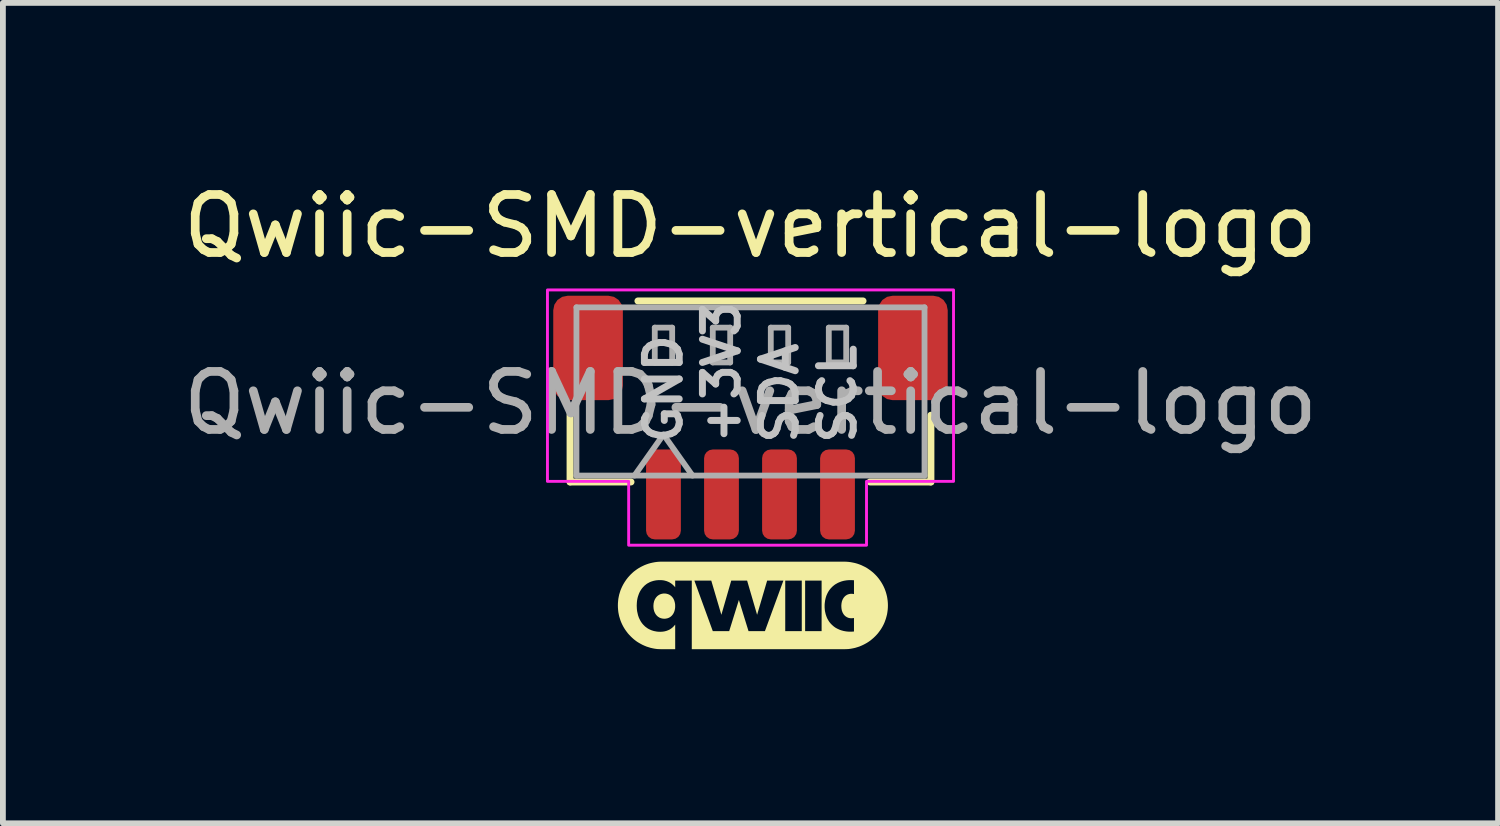
<source format=kicad_pcb>
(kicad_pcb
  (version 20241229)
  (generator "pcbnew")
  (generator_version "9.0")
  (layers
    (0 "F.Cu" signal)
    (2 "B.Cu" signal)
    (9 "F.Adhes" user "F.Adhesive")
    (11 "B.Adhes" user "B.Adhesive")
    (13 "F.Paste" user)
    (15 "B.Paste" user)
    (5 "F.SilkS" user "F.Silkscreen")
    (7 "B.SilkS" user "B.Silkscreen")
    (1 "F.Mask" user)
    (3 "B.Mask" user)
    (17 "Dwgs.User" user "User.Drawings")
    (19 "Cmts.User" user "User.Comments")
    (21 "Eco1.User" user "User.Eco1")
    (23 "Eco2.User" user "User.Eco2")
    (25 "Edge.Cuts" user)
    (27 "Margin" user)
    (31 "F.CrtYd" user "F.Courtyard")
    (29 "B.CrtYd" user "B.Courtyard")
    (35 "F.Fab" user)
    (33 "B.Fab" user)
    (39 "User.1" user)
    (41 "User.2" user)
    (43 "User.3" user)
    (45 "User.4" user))
  (footprint "Qwiic-SMD-vertical-logo"
    (layer "F.Cu")
    (at 9.887 4.148)
    (property "Reference" "Qwiic-SMD-vertical-logo" (at 0 -3.3 0) (layer "F.SilkS") (effects (font (size 1 1) (thickness 0.15))))
    (attr smd)
    (fp_line (start -3.11 -0.04) (end -3.11 1.11) (stroke (width 0.12) (type solid)) (layer "F.SilkS"))
    (fp_line (start -3.11 1.11) (end -2.06 1.11) (stroke (width 0.12) (type solid)) (layer "F.SilkS"))
    (fp_line (start -1.94 -2.01) (end 1.94 -2.01) (stroke (width 0.12) (type solid)) (layer "F.SilkS"))
    (fp_line (start 3.11 -0.04) (end 3.11 1.11) (stroke (width 0.12) (type solid)) (layer "F.SilkS"))
    (fp_line (start 3.11 1.11) (end 2.06 1.11) (stroke (width 0.12) (type solid)) (layer "F.SilkS"))
    (fp_poly (pts (xy -1.475 3.034) (xy -1.465 3.034) (xy -1.455 3.036) (xy -1.445 3.037) (xy -1.436 3.04) (xy -1.427 3.042) (xy -1.418 3.045) (xy -1.409 3.049) (xy -1.401 3.053) (xy -1.392 3.057) (xy -1.385 3.062) (xy -1.377 3.068) (xy -1.37 3.073) (xy -1.363 3.08) (xy -1.356 3.086) (xy -1.35 3.093) (xy -1.344 3.1) (xy -1.338 3.108) (xy -1.333 3.116) (xy -1.328 3.124) (xy -1.324 3.133) (xy -1.319 3.142) (xy -1.315 3.152) (xy -1.312 3.162) (xy -1.309 3.172) (xy -1.306 3.182) (xy -1.304 3.193) (xy -1.302 3.204) (xy -1.3 3.215) (xy -1.299 3.227) (xy -1.299 3.238) (xy -1.298 3.25) (xy -1.299 3.262) (xy -1.299 3.274) (xy -1.3 3.286) (xy -1.302 3.297) (xy -1.304 3.308) (xy -1.306 3.318) (xy -1.309 3.329) (xy -1.312 3.339) (xy -1.315 3.348) (xy -1.319 3.358) (xy -1.324 3.367) (xy -1.328 3.376) (xy -1.333 3.384) (xy -1.338 3.392) (xy -1.344 3.4) (xy -1.35 3.407) (xy -1.356 3.414) (xy -1.363 3.421) (xy -1.37 3.427) (xy -1.377 3.433) (xy -1.385 3.438) (xy -1.392 3.443) (xy -1.401 3.448) (xy -1.409 3.452) (xy -1.418 3.455) (xy -1.427 3.459) (xy -1.436 3.461) (xy -1.445 3.463) (xy -1.455 3.465) (xy -1.465 3.467) (xy -1.475 3.467) (xy -1.485 3.468) (xy -1.495 3.467) (xy -1.506 3.467) (xy -1.516 3.465) (xy -1.525 3.463) (xy -1.535 3.461) (xy -1.544 3.459) (xy -1.553 3.455) (xy -1.562 3.452) (xy -1.57 3.448) (xy -1.578 3.443) (xy -1.586 3.438) (xy -1.594 3.433) (xy -1.601 3.427) (xy -1.608 3.421) (xy -1.615 3.414) (xy -1.621 3.407) (xy -1.627 3.4) (xy -1.633 3.392) (xy -1.638 3.384) (xy -1.643 3.376) (xy -1.648 3.367) (xy -1.652 3.358) (xy -1.656 3.348) (xy -1.66 3.339) (xy -1.663 3.329) (xy -1.665 3.318) (xy -1.668 3.308) (xy -1.67 3.297) (xy -1.671 3.286) (xy -1.672 3.274) (xy -1.673 3.262) (xy -1.673 3.25) (xy -1.673 3.238) (xy -1.672 3.227) (xy -1.671 3.215) (xy -1.67 3.204) (xy -1.668 3.193) (xy -1.665 3.183) (xy -1.663 3.172) (xy -1.66 3.162) (xy -1.656 3.152) (xy -1.652 3.143) (xy -1.648 3.134) (xy -1.643 3.125) (xy -1.638 3.117) (xy -1.633 3.109) (xy -1.627 3.101) (xy -1.621 3.094) (xy -1.615 3.087) (xy -1.608 3.08) (xy -1.601 3.074) (xy -1.594 3.068) (xy -1.586 3.063) (xy -1.578 3.058) (xy -1.57 3.053) (xy -1.562 3.049) (xy -1.553 3.046) (xy -1.544 3.042) (xy -1.535 3.04) (xy -1.525 3.037) (xy -1.516 3.036) (xy -1.506 3.034) (xy -1.495 3.034) (xy -1.485 3.033)) (stroke (width -0.000001) (type solid)) (fill yes) (layer "F.SilkS"))
    (fp_poly (pts (xy 1.653 2.485) (xy 1.691 2.488) (xy 1.729 2.493) (xy 1.766 2.5) (xy 1.803 2.508) (xy 1.839 2.518) (xy 1.874 2.53) (xy 1.908 2.543) (xy 1.941 2.559) (xy 1.974 2.575) (xy 2.006 2.593) (xy 2.036 2.613) (xy 2.066 2.634) (xy 2.094 2.656) (xy 2.122 2.68) (xy 2.148 2.705) (xy 2.173 2.731) (xy 2.197 2.759) (xy 2.219 2.787) (xy 2.24 2.817) (xy 2.26 2.848) (xy 2.278 2.879) (xy 2.295 2.912) (xy 2.31 2.945) (xy 2.323 2.979) (xy 2.335 3.014) (xy 2.345 3.05) (xy 2.354 3.087) (xy 2.36 3.124) (xy 2.365 3.162) (xy 2.368 3.2) (xy 2.369 3.239) (xy 2.369 3.239) (xy 2.368 3.278) (xy 2.365 3.316) (xy 2.36 3.354) (xy 2.354 3.391) (xy 2.345 3.427) (xy 2.335 3.463) (xy 2.323 3.498) (xy 2.31 3.533) (xy 2.295 3.566) (xy 2.278 3.599) (xy 2.26 3.63) (xy 2.24 3.661) (xy 2.219 3.69) (xy 2.197 3.719) (xy 2.173 3.746) (xy 2.148 3.772) (xy 2.122 3.797) (xy 2.094 3.821) (xy 2.066 3.844) (xy 2.036 3.865) (xy 2.006 3.884) (xy 1.974 3.902) (xy 1.941 3.919) (xy 1.908 3.934) (xy 1.874 3.948) (xy 1.839 3.959) (xy 1.803 3.97) (xy 1.766 3.978) (xy 1.729 3.985) (xy 1.691 3.99) (xy 1.653 3.992) (xy 1.614 3.993) (xy -1.012 3.993) (xy -1.012 2.811) (xy -0.967 2.811) (xy -0.65 3.681) (xy -0.367 3.681) (xy -0.2 3.144) (xy -0.034 3.681) (xy 0.249 3.681) (xy 0.599 3.681) (xy 0.884 3.681) (xy 0.942 3.681) (xy 1.226 3.681) (xy 1.226 3.25) (xy 1.278 3.25) (xy 1.278 3.275) (xy 1.28 3.299) (xy 1.282 3.323) (xy 1.286 3.346) (xy 1.291 3.368) (xy 1.296 3.39) (xy 1.303 3.411) (xy 1.31 3.431) (xy 1.318 3.451) (xy 1.327 3.47) (xy 1.338 3.489) (xy 1.348 3.506) (xy 1.36 3.524) (xy 1.373 3.54) (xy 1.386 3.555) (xy 1.401 3.57) (xy 1.416 3.584) (xy 1.432 3.598) (xy 1.448 3.61) (xy 1.465 3.622) (xy 1.483 3.632) (xy 1.502 3.642) (xy 1.522 3.651) (xy 1.542 3.66) (xy 1.563 3.667) (xy 1.584 3.673) (xy 1.606 3.679) (xy 1.629 3.683) (xy 1.652 3.687) (xy 1.676 3.689) (xy 1.7 3.691) (xy 1.725 3.691) (xy 1.732 3.691) (xy 1.74 3.691) (xy 1.747 3.691) (xy 1.755 3.69) (xy 1.762 3.69) (xy 1.769 3.689) (xy 1.784 3.688) (xy 1.784 3.455) (xy 1.778 3.456) (xy 1.773 3.457) (xy 1.768 3.458) (xy 1.762 3.458) (xy 1.757 3.459) (xy 1.751 3.459) (xy 1.745 3.459) (xy 1.739 3.46) (xy 1.73 3.459) (xy 1.72 3.459) (xy 1.711 3.457) (xy 1.702 3.456) (xy 1.694 3.454) (xy 1.685 3.451) (xy 1.677 3.448) (xy 1.669 3.444) (xy 1.661 3.441) (xy 1.654 3.436) (xy 1.646 3.431) (xy 1.639 3.426) (xy 1.632 3.421) (xy 1.626 3.415) (xy 1.62 3.409) (xy 1.614 3.402) (xy 1.608 3.395) (xy 1.603 3.387) (xy 1.598 3.379) (xy 1.594 3.371) (xy 1.589 3.363) (xy 1.585 3.354) (xy 1.582 3.345) (xy 1.578 3.335) (xy 1.575 3.326) (xy 1.573 3.315) (xy 1.571 3.305) (xy 1.569 3.294) (xy 1.567 3.272) (xy 1.566 3.249) (xy 1.566 3.237) (xy 1.567 3.226) (xy 1.568 3.215) (xy 1.569 3.204) (xy 1.571 3.193) (xy 1.573 3.183) (xy 1.575 3.173) (xy 1.578 3.163) (xy 1.582 3.154) (xy 1.585 3.144) (xy 1.589 3.136) (xy 1.594 3.127) (xy 1.598 3.119) (xy 1.603 3.111) (xy 1.608 3.104) (xy 1.614 3.096) (xy 1.62 3.09) (xy 1.626 3.083) (xy 1.632 3.077) (xy 1.639 3.072) (xy 1.646 3.067) (xy 1.654 3.062) (xy 1.661 3.057) (xy 1.669 3.053) (xy 1.677 3.05) (xy 1.685 3.047) (xy 1.694 3.044) (xy 1.702 3.042) (xy 1.711 3.04) (xy 1.72 3.039) (xy 1.73 3.038) (xy 1.739 3.038) (xy 1.745 3.038) (xy 1.751 3.038) (xy 1.757 3.039) (xy 1.762 3.039) (xy 1.768 3.04) (xy 1.773 3.041) (xy 1.778 3.042) (xy 1.784 3.043) (xy 1.784 2.805) (xy 1.77 2.803) (xy 1.763 2.803) (xy 1.756 2.803) (xy 1.749 2.802) (xy 1.742 2.802) (xy 1.735 2.802) (xy 1.728 2.802) (xy 1.703 2.802) (xy 1.679 2.804) (xy 1.655 2.806) (xy 1.631 2.81) (xy 1.608 2.814) (xy 1.586 2.82) (xy 1.565 2.826) (xy 1.544 2.834) (xy 1.524 2.842) (xy 1.504 2.851) (xy 1.485 2.862) (xy 1.467 2.872) (xy 1.449 2.884) (xy 1.433 2.897) (xy 1.417 2.91) (xy 1.402 2.925) (xy 1.387 2.94) (xy 1.374 2.956) (xy 1.361 2.972) (xy 1.349 2.99) (xy 1.338 3.008) (xy 1.328 3.027) (xy 1.319 3.046) (xy 1.31 3.066) (xy 1.303 3.087) (xy 1.296 3.109) (xy 1.291 3.131) (xy 1.286 3.154) (xy 1.283 3.177) (xy 1.28 3.201) (xy 1.278 3.225) (xy 1.278 3.25) (xy 1.226 3.25) (xy 1.226 2.811) (xy 0.942 2.811) (xy 0.942 3.681) (xy 0.884 3.681) (xy 0.884 2.811) (xy 0.599 2.811) (xy 0.599 3.681) (xy 0.249 3.681) (xy 0.567 2.811) (xy 0.287 2.811) (xy 0.114 3.4) (xy -0.058 2.811) (xy -0.332 2.811) (xy -0.502 3.4) (xy -0.676 2.811) (xy -0.967 2.811) (xy -1.012 2.811) (xy -1.298 2.811) (xy -1.298 2.926) (xy -1.31 2.911) (xy -1.323 2.898) (xy -1.336 2.885) (xy -1.35 2.873) (xy -1.364 2.862) (xy -1.379 2.852) (xy -1.395 2.842) (xy -1.411 2.834) (xy -1.428 2.827) (xy -1.445 2.82) (xy -1.463 2.815) (xy -1.482 2.81) (xy -1.501 2.806) (xy -1.521 2.804) (xy -1.541 2.802) (xy -1.562 2.802) (xy -1.584 2.802) (xy -1.606 2.804) (xy -1.627 2.806) (xy -1.648 2.81) (xy -1.668 2.814) (xy -1.688 2.82) (xy -1.707 2.826) (xy -1.726 2.833) (xy -1.743 2.841) (xy -1.761 2.851) (xy -1.778 2.86) (xy -1.794 2.871) (xy -1.809 2.883) (xy -1.824 2.895) (xy -1.838 2.909) (xy -1.851 2.923) (xy -1.864 2.937) (xy -1.876 2.953) (xy -1.887 2.969) (xy -1.898 2.986) (xy -1.908 3.004) (xy -1.917 3.023) (xy -1.925 3.042) (xy -1.932 3.062) (xy -1.939 3.082) (xy -1.945 3.103) (xy -1.95 3.125) (xy -1.954 3.147) (xy -1.957 3.17) (xy -1.959 3.194) (xy -1.96 3.218) (xy -1.961 3.242) (xy -1.96 3.267) (xy -1.959 3.292) (xy -1.957 3.316) (xy -1.954 3.339) (xy -1.949 3.362) (xy -1.944 3.384) (xy -1.939 3.406) (xy -1.932 3.427) (xy -1.925 3.447) (xy -1.916 3.467) (xy -1.907 3.485) (xy -1.897 3.504) (xy -1.887 3.521) (xy -1.875 3.538) (xy -1.863 3.554) (xy -1.85 3.569) (xy -1.836 3.583) (xy -1.822 3.597) (xy -1.807 3.61) (xy -1.791 3.621) (xy -1.775 3.633) (xy -1.758 3.643) (xy -1.74 3.652) (xy -1.722 3.66) (xy -1.703 3.668) (xy -1.684 3.674) (xy -1.664 3.68) (xy -1.643 3.684) (xy -1.622 3.688) (xy -1.601 3.691) (xy -1.578 3.692) (xy -1.556 3.693) (xy -1.535 3.692) (xy -1.516 3.691) (xy -1.496 3.688) (xy -1.478 3.685) (xy -1.46 3.68) (xy -1.442 3.675) (xy -1.425 3.668) (xy -1.408 3.661) (xy -1.392 3.653) (xy -1.377 3.643) (xy -1.362 3.633) (xy -1.348 3.622) (xy -1.335 3.61) (xy -1.322 3.597) (xy -1.31 3.583) (xy -1.298 3.569) (xy -1.298 3.993) (xy -1.532 3.993) (xy -1.571 3.992) (xy -1.609 3.99) (xy -1.647 3.985) (xy -1.684 3.978) (xy -1.72 3.97) (xy -1.756 3.959) (xy -1.791 3.948) (xy -1.825 3.934) (xy -1.859 3.919) (xy -1.891 3.902) (xy -1.923 3.884) (xy -1.954 3.865) (xy -1.983 3.844) (xy -2.012 3.821) (xy -2.039 3.797) (xy -2.065 3.772) (xy -2.09 3.746) (xy -2.114 3.719) (xy -2.136 3.69) (xy -2.157 3.661) (xy -2.177 3.63) (xy -2.195 3.599) (xy -2.212 3.566) (xy -2.227 3.533) (xy -2.241 3.498) (xy -2.252 3.463) (xy -2.263 3.427) (xy -2.271 3.391) (xy -2.278 3.354) (xy -2.282 3.316) (xy -2.285 3.278) (xy -2.286 3.239) (xy -2.286 3.239) (xy -2.285 3.2) (xy -2.282 3.162) (xy -2.278 3.124) (xy -2.271 3.087) (xy -2.263 3.05) (xy -2.252 3.014) (xy -2.241 2.979) (xy -2.227 2.945) (xy -2.212 2.912) (xy -2.195 2.879) (xy -2.177 2.848) (xy -2.157 2.817) (xy -2.136 2.787) (xy -2.114 2.759) (xy -2.09 2.731) (xy -2.065 2.705) (xy -2.039 2.68) (xy -2.012 2.656) (xy -1.983 2.634) (xy -1.954 2.613) (xy -1.923 2.593) (xy -1.891 2.575) (xy -1.859 2.559) (xy -1.825 2.543) (xy -1.791 2.53) (xy -1.756 2.518) (xy -1.72 2.508) (xy -1.684 2.5) (xy -1.647 2.493) (xy -1.609 2.488) (xy -1.571 2.485) (xy -1.532 2.484) (xy 1.614 2.484)) (stroke (width -0.000001) (type solid)) (fill yes) (layer "F.SilkS"))
    (fp_poly (pts (xy -3.5 -2.2) (xy 3.5 -2.2) (xy 3.5 1.1) (xy 2 1.1) (xy 2 2.2) (xy -2.1 2.2) (xy -2.1 1.1) (xy -3.5 1.1)) (stroke (width 0.05) (type solid)) (fill no) (layer "F.CrtYd"))
    (fp_line (start -3 -1.9) (end 3 -1.9) (stroke (width 0.1) (type solid)) (layer "F.Fab"))
    (fp_line (start -3 1) (end -3 -1.9) (stroke (width 0.1) (type solid)) (layer "F.Fab"))
    (fp_line (start -3 1) (end 3 1) (stroke (width 0.1) (type solid)) (layer "F.Fab"))
    (fp_line (start -2 1) (end -1.5 0.293) (stroke (width 0.1) (type solid)) (layer "F.Fab"))
    (fp_line (start -1.65 -1.55) (end -1.65 -0.95) (stroke (width 0.1) (type solid)) (layer "F.Fab"))
    (fp_line (start -1.65 -0.95) (end -1.35 -0.95) (stroke (width 0.1) (type solid)) (layer "F.Fab"))
    (fp_line (start -1.5 0.293) (end -1 1) (stroke (width 0.1) (type solid)) (layer "F.Fab"))
    (fp_line (start -1.35 -1.55) (end -1.65 -1.55) (stroke (width 0.1) (type solid)) (layer "F.Fab"))
    (fp_line (start -1.35 -0.95) (end -1.35 -1.55) (stroke (width 0.1) (type solid)) (layer "F.Fab"))
    (fp_line (start -0.65 -1.55) (end -0.65 -0.95) (stroke (width 0.1) (type solid)) (layer "F.Fab"))
    (fp_line (start -0.65 -0.95) (end -0.35 -0.95) (stroke (width 0.1) (type solid)) (layer "F.Fab"))
    (fp_line (start -0.35 -1.55) (end -0.65 -1.55) (stroke (width 0.1) (type solid)) (layer "F.Fab"))
    (fp_line (start -0.35 -0.95) (end -0.35 -1.55) (stroke (width 0.1) (type solid)) (layer "F.Fab"))
    (fp_line (start 0.35 -1.55) (end 0.35 -0.95) (stroke (width 0.1) (type solid)) (layer "F.Fab"))
    (fp_line (start 0.35 -0.95) (end 0.65 -0.95) (stroke (width 0.1) (type solid)) (layer "F.Fab"))
    (fp_line (start 0.65 -1.55) (end 0.35 -1.55) (stroke (width 0.1) (type solid)) (layer "F.Fab"))
    (fp_line (start 0.65 -0.95) (end 0.65 -1.55) (stroke (width 0.1) (type solid)) (layer "F.Fab"))
    (fp_line (start 1.35 -1.55) (end 1.35 -0.95) (stroke (width 0.1) (type solid)) (layer "F.Fab"))
    (fp_line (start 1.35 -0.95) (end 1.65 -0.95) (stroke (width 0.1) (type solid)) (layer "F.Fab"))
    (fp_line (start 1.65 -1.55) (end 1.35 -1.55) (stroke (width 0.1) (type solid)) (layer "F.Fab"))
    (fp_line (start 1.65 -0.95) (end 1.65 -1.55) (stroke (width 0.1) (type solid)) (layer "F.Fab"))
    (fp_line (start 3 1) (end 3 -1.9) (stroke (width 0.1) (type solid)) (layer "F.Fab"))
    (fp_text user "SDA" (at 0.5 0.5 90) (unlocked yes) (layer "Dwgs.User") (effects (font (size 0.6 0.6) (thickness 0.12) (bold yes)) (justify left)))
    (fp_text user "+3V3" (at -0.5 0.5 90) (unlocked yes) (layer "Dwgs.User") (effects (font (size 0.6 0.6) (thickness 0.12) (bold yes)) (justify left)))
    (fp_text user "SCL" (at 1.5 0.5 90) (unlocked yes) (layer "Dwgs.User") (effects (font (size 0.6 0.6) (thickness 0.12) (bold yes)) (justify left)))
    (fp_text user "GND" (at -1.5 0.5 90) (unlocked yes) (layer "Dwgs.User") (effects (font (size 0.6 0.6) (thickness 0.12) (bold yes)) (justify left)))
    (fp_text user "${REFERENCE}" (at 0 -0.25 0) (layer "F.Fab") (effects (font (size 1 1) (thickness 0.15))))
    (pad "1" smd roundrect (at -1.5 1.325) (size 0.6 1.55) (layers "F.Cu" "F.Mask" "F.Paste") (roundrect_rratio 0.25))
    (pad "2" smd roundrect (at -0.5 1.325) (size 0.6 1.55) (layers "F.Cu" "F.Mask" "F.Paste") (roundrect_rratio 0.25))
    (pad "3" smd roundrect (at 0.5 1.325) (size 0.6 1.55) (layers "F.Cu" "F.Mask" "F.Paste") (roundrect_rratio 0.25))
    (pad "4" smd roundrect (at 1.5 1.325) (size 0.6 1.55) (layers "F.Cu" "F.Mask" "F.Paste") (roundrect_rratio 0.25))
    (pad "MP" smd roundrect (at -2.8 -1.2) (size 1.2 1.8) (layers "F.Cu" "F.Mask" "F.Paste") (roundrect_rratio 0.208))
    (pad "MP" smd roundrect (at 2.8 -1.2) (size 1.2 1.8) (layers "F.Cu" "F.Mask" "F.Paste") (roundrect_rratio 0.208)))
  (gr_rect
    (start -3 -3)
    (end 22.774 11.142)
    (stroke (width 0.1) (type default))
    (fill no)
    (layer "Edge.Cuts")))
</source>
